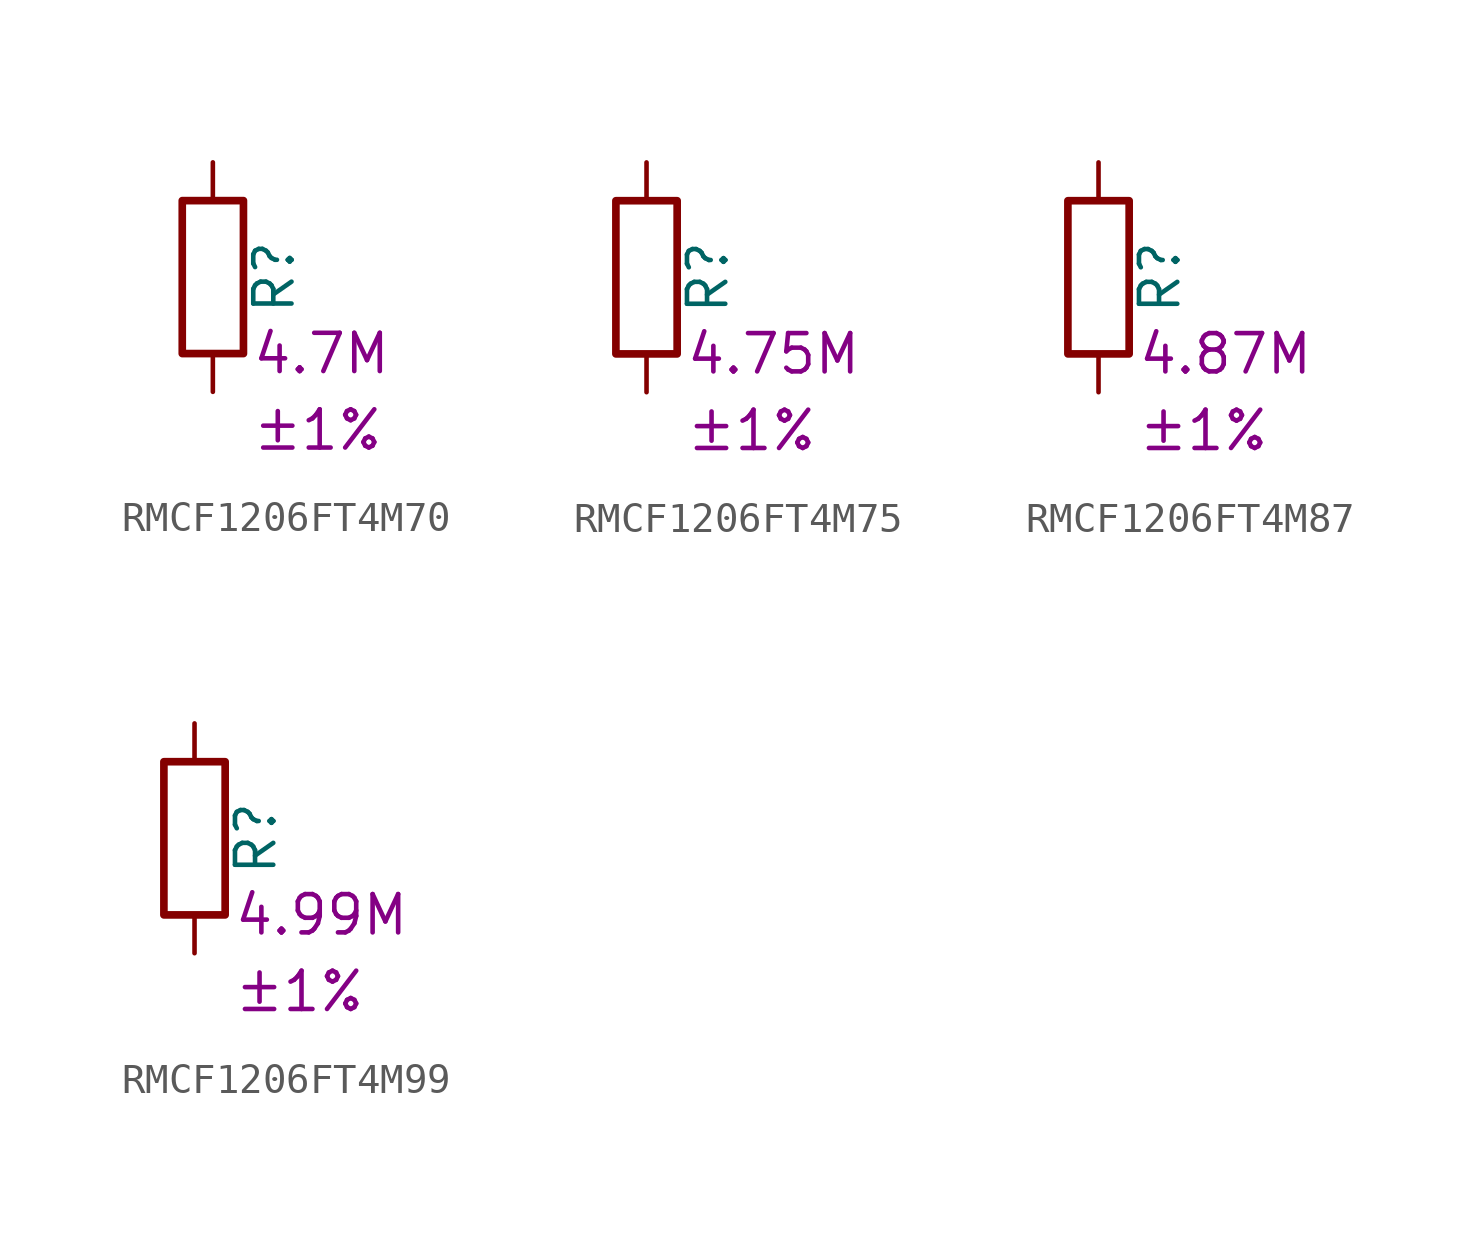
<source format=kicad_sym>
(kicad_symbol_lib
  (version 20220914)
  (generator kicad_symbol_editor)
  (symbol "RMCF1206FT4M70"
    (pin_numbers hide)
    (pin_names
      (offset 0))
    (property "Reference" "R"
      (at 2.032 0 90)
      (effects (font (size 1.27 1.27))))
    (property "Resistance" "4.7M"
      (at 1.27 -2.54 0)
      (effects (font (size 1.27 1.27)) (justify left)))
    (property "Tolerance" "±1%"
      (at 1.27 -5.08 0)
      (effects (font (size 1.27 1.27)) (justify left)))
    (symbol "RMCF1206FT4M70_0_1"
      (rectangle (start -1.016 -2.54) (end 1.016 2.54) (stroke (width 0.254) (type default)) (fill (type none))))
    (symbol "RMCF1206FT4M70_1_1"
      (pin passive line (at 0 3.81 270) (length 1.27) (name "~" (effects (font (size 1.27 1.27)))) (number "1" (effects (font (size 1.27 1.27)))))
      (pin passive line (at 0 -3.81 90) (length 1.27) (name "~" (effects (font (size 1.27 1.27)))) (number "2" (effects (font (size 1.27 1.27)))))))
  (symbol "RMCF1206FT4M75"
    (pin_numbers hide)
    (pin_names
      (offset 0))
    (property "Reference" "R"
      (at 2.032 0 90)
      (effects (font (size 1.27 1.27))))
    (property "Resistance" "4.75M"
      (at 1.27 -2.54 0)
      (effects (font (size 1.27 1.27)) (justify left)))
    (property "Tolerance" "±1%"
      (at 1.27 -5.08 0)
      (effects (font (size 1.27 1.27)) (justify left)))
    (symbol "RMCF1206FT4M75_0_1"
      (rectangle (start -1.016 -2.54) (end 1.016 2.54) (stroke (width 0.254) (type default)) (fill (type none))))
    (symbol "RMCF1206FT4M75_1_1"
      (pin passive line (at 0 3.81 270) (length 1.27) (name "~" (effects (font (size 1.27 1.27)))) (number "1" (effects (font (size 1.27 1.27)))))
      (pin passive line (at 0 -3.81 90) (length 1.27) (name "~" (effects (font (size 1.27 1.27)))) (number "2" (effects (font (size 1.27 1.27)))))))
  (symbol "RMCF1206FT4M87"
    (pin_numbers hide)
    (pin_names
      (offset 0))
    (property "Reference" "R"
      (at 2.032 0 90)
      (effects (font (size 1.27 1.27))))
    (property "Resistance" "4.87M"
      (at 1.27 -2.54 0)
      (effects (font (size 1.27 1.27)) (justify left)))
    (property "Tolerance" "±1%"
      (at 1.27 -5.08 0)
      (effects (font (size 1.27 1.27)) (justify left)))
    (symbol "RMCF1206FT4M87_0_1"
      (rectangle (start -1.016 -2.54) (end 1.016 2.54) (stroke (width 0.254) (type default)) (fill (type none))))
    (symbol "RMCF1206FT4M87_1_1"
      (pin passive line (at 0 3.81 270) (length 1.27) (name "~" (effects (font (size 1.27 1.27)))) (number "1" (effects (font (size 1.27 1.27)))))
      (pin passive line (at 0 -3.81 90) (length 1.27) (name "~" (effects (font (size 1.27 1.27)))) (number "2" (effects (font (size 1.27 1.27)))))))
  (symbol "RMCF1206FT4M99"
    (pin_numbers hide)
    (pin_names
      (offset 0))
    (property "Reference" "R"
      (at 2.032 0 90)
      (effects (font (size 1.27 1.27))))
    (property "Resistance" "4.99M"
      (at 1.27 -2.54 0)
      (effects (font (size 1.27 1.27)) (justify left)))
    (property "Tolerance" "±1%"
      (at 1.27 -5.08 0)
      (effects (font (size 1.27 1.27)) (justify left)))
    (symbol "RMCF1206FT4M99_0_1"
      (rectangle (start -1.016 -2.54) (end 1.016 2.54) (stroke (width 0.254) (type default)) (fill (type none))))
    (symbol "RMCF1206FT4M99_1_1"
      (pin passive line (at 0 3.81 270) (length 1.27) (name "~" (effects (font (size 1.27 1.27)))) (number "1" (effects (font (size 1.27 1.27)))))
      (pin passive line (at 0 -3.81 90) (length 1.27) (name "~" (effects (font (size 1.27 1.27)))) (number "2" (effects (font (size 1.27 1.27))))))))
</source>
